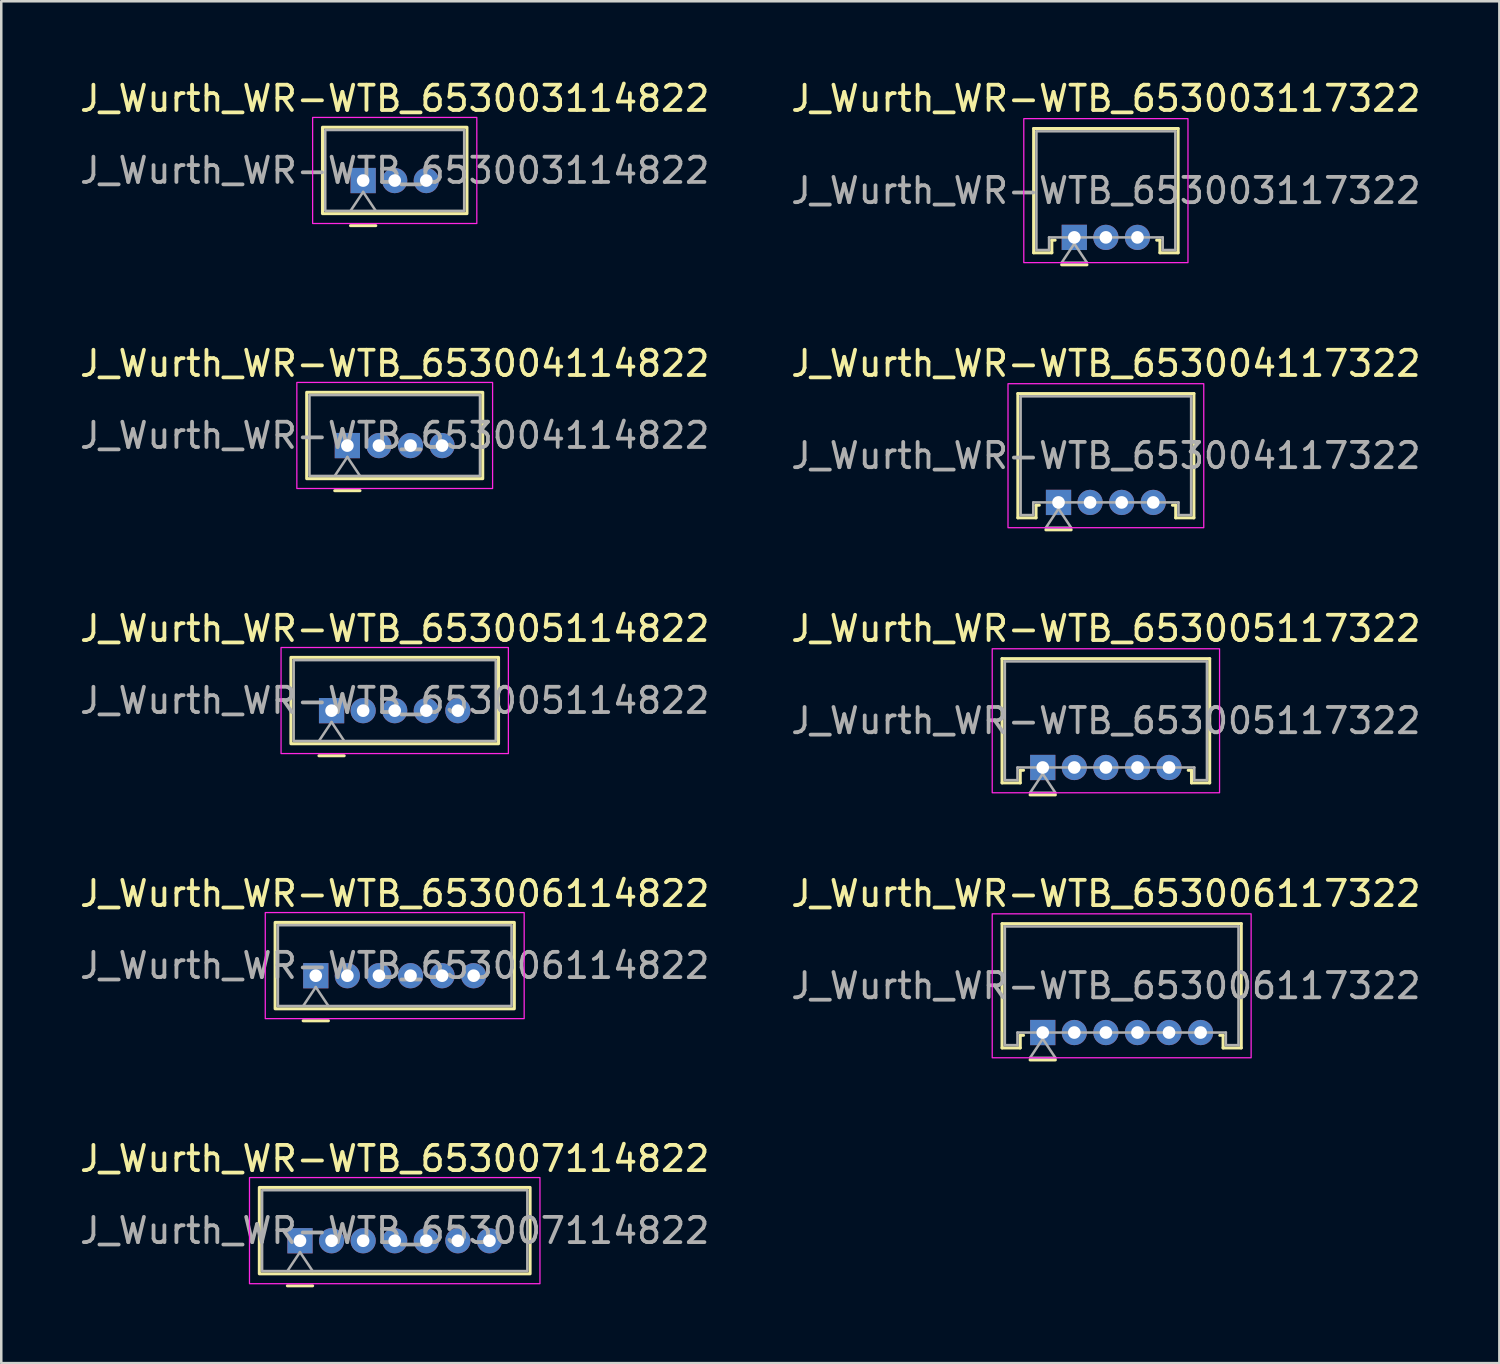
<source format=kicad_pcb>
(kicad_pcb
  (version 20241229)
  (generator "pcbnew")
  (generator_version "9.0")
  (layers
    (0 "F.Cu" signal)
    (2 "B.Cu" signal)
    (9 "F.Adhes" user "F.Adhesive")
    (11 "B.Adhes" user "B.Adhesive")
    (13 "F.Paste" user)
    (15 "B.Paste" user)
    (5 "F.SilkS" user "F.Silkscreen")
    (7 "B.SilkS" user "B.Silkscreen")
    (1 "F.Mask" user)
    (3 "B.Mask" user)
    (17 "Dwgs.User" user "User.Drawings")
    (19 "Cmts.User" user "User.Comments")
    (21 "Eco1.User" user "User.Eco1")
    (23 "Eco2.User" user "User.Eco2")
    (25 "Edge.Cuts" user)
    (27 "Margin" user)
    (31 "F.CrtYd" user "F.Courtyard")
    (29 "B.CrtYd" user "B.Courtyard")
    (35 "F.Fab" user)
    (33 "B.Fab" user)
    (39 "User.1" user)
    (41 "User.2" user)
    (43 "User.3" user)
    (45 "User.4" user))
  (footprint "J_Wurth_WR-WTB_653003117322"
    (layer "F.Cu")
    (at 39.482 6.348)
    (property "Reference" "J_Wurth_WR-WTB_653003117322" (at 1.25 -5.5 0) (unlocked yes) (layer "F.SilkS") (effects (font (size 1 1) (thickness 0.15))))
    (attr through_hole)
    (fp_line (start -1.61 -4.31) (end 4.11 -4.31) (stroke (width 0.12) (type default)) (layer "F.SilkS"))
    (fp_line (start -1.61 0.61) (end -1.61 -4.31) (stroke (width 0.12) (type default)) (layer "F.SilkS"))
    (fp_line (start -1.61 0.61) (end -0.89 0.61) (stroke (width 0.12) (type solid)) (layer "F.SilkS"))
    (fp_line (start -0.89 0.61) (end -0.89 0.11) (stroke (width 0.12) (type solid)) (layer "F.SilkS"))
    (fp_line (start -0.76 0.11) (end -0.89 0.11) (stroke (width 0.12) (type solid)) (layer "F.SilkS"))
    (fp_line (start -0.5 1.085) (end 0.5 1.085) (stroke (width 0.12) (type solid)) (layer "F.SilkS"))
    (fp_line (start 3.39 0.11) (end 3.26 0.11) (stroke (width 0.12) (type solid)) (layer "F.SilkS"))
    (fp_line (start 3.39 0.61) (end 3.39 0.11) (stroke (width 0.12) (type solid)) (layer "F.SilkS"))
    (fp_line (start 4.11 -4.31) (end 4.11 0.61) (stroke (width 0.12) (type default)) (layer "F.SilkS"))
    (fp_line (start 4.11 0.61) (end 3.39 0.61) (stroke (width 0.12) (type solid)) (layer "F.SilkS"))
    (fp_rect (start -2 -4.7) (end 4.5 1) (stroke (width 0.05) (type solid)) (fill no) (layer "F.CrtYd"))
    (fp_line (start -1.5 -4.2) (end 4 -4.2) (stroke (width 0.1) (type default)) (layer "F.Fab"))
    (fp_line (start -1.5 0.5) (end -1.5 -4.2) (stroke (width 0.1) (type default)) (layer "F.Fab"))
    (fp_line (start -1.5 0.5) (end -1 0.5) (stroke (width 0.1) (type solid)) (layer "F.Fab"))
    (fp_line (start -1 0.5) (end -1 0) (stroke (width 0.1) (type solid)) (layer "F.Fab"))
    (fp_line (start 0 0.25) (end -0.5 1) (stroke (width 0.1) (type solid)) (layer "F.Fab"))
    (fp_line (start 0 0.25) (end 0.5 1) (stroke (width 0.1) (type solid)) (layer "F.Fab"))
    (fp_line (start 0.5 1) (end -0.5 1) (stroke (width 0.1) (type default)) (layer "F.Fab"))
    (fp_line (start 3.5 0) (end -1 0) (stroke (width 0.1) (type default)) (layer "F.Fab"))
    (fp_line (start 3.5 0.5) (end 3.5 0) (stroke (width 0.1) (type solid)) (layer "F.Fab"))
    (fp_line (start 4 -4.2) (end 4 0.5) (stroke (width 0.1) (type default)) (layer "F.Fab"))
    (fp_line (start 4 0.5) (end 3.5 0.5) (stroke (width 0.1) (type solid)) (layer "F.Fab"))
    (fp_text user "${REFERENCE}" (at 1.25 -1.85 0) (unlocked yes) (layer "F.Fab") (effects (font (size 1 1) (thickness 0.15))))
    (pad "1" thru_hole rect (at 0 0 180) (size 1 1) (drill 0.5) (layers "*.Cu" "*.Mask"))
    (pad "2" thru_hole circle (at 1.25 0 180) (size 1 1) (drill 0.5) (layers "*.Cu" "*.Mask"))
    (pad "3" thru_hole circle (at 2.5 0 180) (size 1 1) (drill 0.5) (layers "*.Cu" "*.Mask")))
  (footprint "J_Wurth_WR-WTB_653004114822"
    (layer "F.Cu")
    (at 10.702 14.591)
    (property "Reference" "J_Wurth_WR-WTB_653004114822" (at 1.875 -3.25 0) (unlocked yes) (layer "F.SilkS") (effects (font (size 1 1) (thickness 0.15))))
    (attr through_hole)
    (fp_line (start -0.5 1.785) (end 0.5 1.785) (stroke (width 0.12) (type solid)) (layer "F.SilkS"))
    (fp_rect (start -1.61 -2.11) (end 5.36 1.31) (stroke (width 0.12) (type solid)) (fill no) (layer "F.SilkS"))
    (fp_rect (start -2 -2.5) (end 5.75 1.7) (stroke (width 0.05) (type solid)) (fill no) (layer "F.CrtYd"))
    (fp_line (start 0 0.45) (end -0.5 1.2) (stroke (width 0.1) (type solid)) (layer "F.Fab"))
    (fp_line (start 0 0.45) (end 0.5 1.2) (stroke (width 0.1) (type solid)) (layer "F.Fab"))
    (fp_rect (start -1.5 -2) (end 5.25 1.2) (stroke (width 0.1) (type solid)) (fill no) (layer "F.Fab"))
    (fp_text user "${REFERENCE}" (at 1.875 -0.4 0) (unlocked yes) (layer "F.Fab") (effects (font (size 1 1) (thickness 0.15))))
    (pad "1" thru_hole rect (at 0 0 180) (size 1 1) (drill 0.5) (layers "*.Cu" "*.Mask"))
    (pad "2" thru_hole circle (at 1.25 0 180) (size 1 1) (drill 0.5) (layers "*.Cu" "*.Mask"))
    (pad "3" thru_hole circle (at 2.5 0 180) (size 1 1) (drill 0.5) (layers "*.Cu" "*.Mask"))
    (pad "4" thru_hole circle (at 3.75 0 180) (size 1 1) (drill 0.5) (layers "*.Cu" "*.Mask")))
  (footprint "J_Wurth_WR-WTB_653004117322"
    (layer "F.Cu")
    (at 38.857 16.841)
    (property "Reference" "J_Wurth_WR-WTB_653004117322" (at 1.875 -5.5 0) (unlocked yes) (layer "F.SilkS") (effects (font (size 1 1) (thickness 0.15))))
    (attr through_hole)
    (fp_line (start -1.61 -4.31) (end 5.36 -4.31) (stroke (width 0.12) (type default)) (layer "F.SilkS"))
    (fp_line (start -1.61 0.61) (end -1.61 -4.31) (stroke (width 0.12) (type default)) (layer "F.SilkS"))
    (fp_line (start -1.61 0.61) (end -0.89 0.61) (stroke (width 0.12) (type solid)) (layer "F.SilkS"))
    (fp_line (start -0.89 0.61) (end -0.89 0.11) (stroke (width 0.12) (type solid)) (layer "F.SilkS"))
    (fp_line (start -0.76 0.11) (end -0.89 0.11) (stroke (width 0.12) (type solid)) (layer "F.SilkS"))
    (fp_line (start -0.5 1.085) (end 0.5 1.085) (stroke (width 0.12) (type solid)) (layer "F.SilkS"))
    (fp_line (start 4.64 0.11) (end 4.51 0.11) (stroke (width 0.12) (type solid)) (layer "F.SilkS"))
    (fp_line (start 4.64 0.61) (end 4.64 0.11) (stroke (width 0.12) (type solid)) (layer "F.SilkS"))
    (fp_line (start 5.36 -4.31) (end 5.36 0.61) (stroke (width 0.12) (type default)) (layer "F.SilkS"))
    (fp_line (start 5.36 0.61) (end 4.64 0.61) (stroke (width 0.12) (type solid)) (layer "F.SilkS"))
    (fp_rect (start -2 -4.7) (end 5.75 1) (stroke (width 0.05) (type solid)) (fill no) (layer "F.CrtYd"))
    (fp_line (start -1.5 -4.2) (end 5.25 -4.2) (stroke (width 0.1) (type default)) (layer "F.Fab"))
    (fp_line (start -1.5 0.5) (end -1.5 -4.2) (stroke (width 0.1) (type default)) (layer "F.Fab"))
    (fp_line (start -1.5 0.5) (end -1 0.5) (stroke (width 0.1) (type solid)) (layer "F.Fab"))
    (fp_line (start -1 0.5) (end -1 0) (stroke (width 0.1) (type solid)) (layer "F.Fab"))
    (fp_line (start 0 0.25) (end -0.5 1) (stroke (width 0.1) (type solid)) (layer "F.Fab"))
    (fp_line (start 0 0.25) (end 0.5 1) (stroke (width 0.1) (type solid)) (layer "F.Fab"))
    (fp_line (start 0.5 1) (end -0.5 1) (stroke (width 0.1) (type default)) (layer "F.Fab"))
    (fp_line (start 4.75 0) (end -1 0) (stroke (width 0.1) (type default)) (layer "F.Fab"))
    (fp_line (start 4.75 0.5) (end 4.75 0) (stroke (width 0.1) (type solid)) (layer "F.Fab"))
    (fp_line (start 5.25 -4.2) (end 5.25 0.5) (stroke (width 0.1) (type default)) (layer "F.Fab"))
    (fp_line (start 5.25 0.5) (end 4.75 0.5) (stroke (width 0.1) (type solid)) (layer "F.Fab"))
    (fp_text user "${REFERENCE}" (at 1.875 -1.85 0) (unlocked yes) (layer "F.Fab") (effects (font (size 1 1) (thickness 0.15))))
    (pad "1" thru_hole rect (at 0 0 180) (size 1 1) (drill 0.5) (layers "*.Cu" "*.Mask"))
    (pad "2" thru_hole circle (at 1.25 0 180) (size 1 1) (drill 0.5) (layers "*.Cu" "*.Mask"))
    (pad "3" thru_hole circle (at 2.5 0 180) (size 1 1) (drill 0.5) (layers "*.Cu" "*.Mask"))
    (pad "4" thru_hole circle (at 3.75 0 180) (size 1 1) (drill 0.5) (layers "*.Cu" "*.Mask")))
  (footprint "J_Wurth_WR-WTB_653005117322"
    (layer "F.Cu")
    (at 38.232 27.335)
    (property "Reference" "J_Wurth_WR-WTB_653005117322" (at 2.5 -5.5 0) (unlocked yes) (layer "F.SilkS") (effects (font (size 1 1) (thickness 0.15))))
    (attr through_hole)
    (fp_line (start -1.61 -4.31) (end 6.61 -4.31) (stroke (width 0.12) (type default)) (layer "F.SilkS"))
    (fp_line (start -1.61 0.61) (end -1.61 -4.31) (stroke (width 0.12) (type default)) (layer "F.SilkS"))
    (fp_line (start -1.61 0.61) (end -0.89 0.61) (stroke (width 0.12) (type solid)) (layer "F.SilkS"))
    (fp_line (start -0.89 0.61) (end -0.89 0.11) (stroke (width 0.12) (type solid)) (layer "F.SilkS"))
    (fp_line (start -0.76 0.11) (end -0.89 0.11) (stroke (width 0.12) (type solid)) (layer "F.SilkS"))
    (fp_line (start -0.5 1.085) (end 0.5 1.085) (stroke (width 0.12) (type solid)) (layer "F.SilkS"))
    (fp_line (start 5.89 0.11) (end 5.76 0.11) (stroke (width 0.12) (type solid)) (layer "F.SilkS"))
    (fp_line (start 5.89 0.61) (end 5.89 0.11) (stroke (width 0.12) (type solid)) (layer "F.SilkS"))
    (fp_line (start 6.61 -4.31) (end 6.61 0.61) (stroke (width 0.12) (type default)) (layer "F.SilkS"))
    (fp_line (start 6.61 0.61) (end 5.89 0.61) (stroke (width 0.12) (type solid)) (layer "F.SilkS"))
    (fp_rect (start -2 -4.7) (end 7 1) (stroke (width 0.05) (type solid)) (fill no) (layer "F.CrtYd"))
    (fp_line (start -1.5 -4.2) (end 6.5 -4.2) (stroke (width 0.1) (type default)) (layer "F.Fab"))
    (fp_line (start -1.5 0.5) (end -1.5 -4.2) (stroke (width 0.1) (type default)) (layer "F.Fab"))
    (fp_line (start -1.5 0.5) (end -1 0.5) (stroke (width 0.1) (type solid)) (layer "F.Fab"))
    (fp_line (start -1 0.5) (end -1 0) (stroke (width 0.1) (type solid)) (layer "F.Fab"))
    (fp_line (start 0 0.25) (end -0.5 1) (stroke (width 0.1) (type solid)) (layer "F.Fab"))
    (fp_line (start 0 0.25) (end 0.5 1) (stroke (width 0.1) (type solid)) (layer "F.Fab"))
    (fp_line (start 0.5 1) (end -0.5 1) (stroke (width 0.1) (type default)) (layer "F.Fab"))
    (fp_line (start 6 0) (end -1 0) (stroke (width 0.1) (type default)) (layer "F.Fab"))
    (fp_line (start 6 0.5) (end 6 0) (stroke (width 0.1) (type solid)) (layer "F.Fab"))
    (fp_line (start 6.5 -4.2) (end 6.5 0.5) (stroke (width 0.1) (type default)) (layer "F.Fab"))
    (fp_line (start 6.5 0.5) (end 6 0.5) (stroke (width 0.1) (type solid)) (layer "F.Fab"))
    (fp_text user "${REFERENCE}" (at 2.5 -1.85 0) (unlocked yes) (layer "F.Fab") (effects (font (size 1 1) (thickness 0.15))))
    (pad "1" thru_hole rect (at 0 0 180) (size 1 1) (drill 0.5) (layers "*.Cu" "*.Mask"))
    (pad "2" thru_hole circle (at 1.25 0 180) (size 1 1) (drill 0.5) (layers "*.Cu" "*.Mask"))
    (pad "3" thru_hole circle (at 2.5 0 180) (size 1 1) (drill 0.5) (layers "*.Cu" "*.Mask"))
    (pad "4" thru_hole circle (at 3.75 0 180) (size 1 1) (drill 0.5) (layers "*.Cu" "*.Mask"))
    (pad "5" thru_hole circle (at 5 0 180) (size 1 1) (drill 0.5) (layers "*.Cu" "*.Mask")))
  (footprint "J_Wurth_WR-WTB_653003114822"
    (layer "F.Cu")
    (at 11.327 4.098)
    (property "Reference" "J_Wurth_WR-WTB_653003114822" (at 1.25 -3.25 0) (unlocked yes) (layer "F.SilkS") (effects (font (size 1 1) (thickness 0.15))))
    (attr through_hole)
    (fp_line (start -0.5 1.785) (end 0.5 1.785) (stroke (width 0.12) (type solid)) (layer "F.SilkS"))
    (fp_rect (start -1.61 -2.11) (end 4.11 1.31) (stroke (width 0.12) (type solid)) (fill no) (layer "F.SilkS"))
    (fp_rect (start -2 -2.5) (end 4.5 1.7) (stroke (width 0.05) (type solid)) (fill no) (layer "F.CrtYd"))
    (fp_line (start 0 0.45) (end -0.5 1.2) (stroke (width 0.1) (type solid)) (layer "F.Fab"))
    (fp_line (start 0 0.45) (end 0.5 1.2) (stroke (width 0.1) (type solid)) (layer "F.Fab"))
    (fp_rect (start -1.5 -2) (end 4 1.2) (stroke (width 0.1) (type solid)) (fill no) (layer "F.Fab"))
    (fp_text user "${REFERENCE}" (at 1.25 -0.4 0) (unlocked yes) (layer "F.Fab") (effects (font (size 1 1) (thickness 0.15))))
    (pad "1" thru_hole rect (at 0 0 180) (size 1 1) (drill 0.5) (layers "*.Cu" "*.Mask"))
    (pad "2" thru_hole circle (at 1.25 0 180) (size 1 1) (drill 0.5) (layers "*.Cu" "*.Mask"))
    (pad "3" thru_hole circle (at 2.5 0 180) (size 1 1) (drill 0.5) (layers "*.Cu" "*.Mask")))
  (footprint "J_Wurth_WR-WTB_653006114822"
    (layer "F.Cu")
    (at 9.452 35.578)
    (property "Reference" "J_Wurth_WR-WTB_653006114822" (at 3.125 -3.25 0) (unlocked yes) (layer "F.SilkS") (effects (font (size 1 1) (thickness 0.15))))
    (attr through_hole)
    (fp_line (start -0.5 1.785) (end 0.5 1.785) (stroke (width 0.12) (type solid)) (layer "F.SilkS"))
    (fp_rect (start -1.61 -2.11) (end 7.86 1.31) (stroke (width 0.12) (type solid)) (fill no) (layer "F.SilkS"))
    (fp_rect (start -2 -2.5) (end 8.25 1.7) (stroke (width 0.05) (type solid)) (fill no) (layer "F.CrtYd"))
    (fp_line (start 0 0.45) (end -0.5 1.2) (stroke (width 0.1) (type solid)) (layer "F.Fab"))
    (fp_line (start 0 0.45) (end 0.5 1.2) (stroke (width 0.1) (type solid)) (layer "F.Fab"))
    (fp_rect (start -1.5 -2) (end 7.75 1.2) (stroke (width 0.1) (type solid)) (fill no) (layer "F.Fab"))
    (fp_text user "${REFERENCE}" (at 3.125 -0.4 0) (unlocked yes) (layer "F.Fab") (effects (font (size 1 1) (thickness 0.15))))
    (pad "1" thru_hole rect (at 0 0 180) (size 1 1) (drill 0.5) (layers "*.Cu" "*.Mask"))
    (pad "2" thru_hole circle (at 1.25 0 180) (size 1 1) (drill 0.5) (layers "*.Cu" "*.Mask"))
    (pad "3" thru_hole circle (at 2.5 0 180) (size 1 1) (drill 0.5) (layers "*.Cu" "*.Mask"))
    (pad "4" thru_hole circle (at 3.75 0 180) (size 1 1) (drill 0.5) (layers "*.Cu" "*.Mask"))
    (pad "5" thru_hole circle (at 5 0 180) (size 1 1) (drill 0.5) (layers "*.Cu" "*.Mask"))
    (pad "6" thru_hole circle (at 6.25 0 180) (size 1 1) (drill 0.5) (layers "*.Cu" "*.Mask")))
  (footprint "J_Wurth_WR-WTB_653007114822"
    (layer "F.Cu")
    (at 8.827 46.071)
    (property "Reference" "J_Wurth_WR-WTB_653007114822" (at 3.75 -3.25 0) (unlocked yes) (layer "F.SilkS") (effects (font (size 1 1) (thickness 0.15))))
    (attr through_hole)
    (fp_line (start -0.5 1.785) (end 0.5 1.785) (stroke (width 0.12) (type solid)) (layer "F.SilkS"))
    (fp_rect (start -1.61 -2.11) (end 9.11 1.31) (stroke (width 0.12) (type solid)) (fill no) (layer "F.SilkS"))
    (fp_rect (start -2 -2.5) (end 9.5 1.7) (stroke (width 0.05) (type solid)) (fill no) (layer "F.CrtYd"))
    (fp_line (start 0 0.45) (end -0.5 1.2) (stroke (width 0.1) (type solid)) (layer "F.Fab"))
    (fp_line (start 0 0.45) (end 0.5 1.2) (stroke (width 0.1) (type solid)) (layer "F.Fab"))
    (fp_rect (start -1.5 -2) (end 9 1.2) (stroke (width 0.1) (type solid)) (fill no) (layer "F.Fab"))
    (fp_text user "${REFERENCE}" (at 3.75 -0.4 0) (unlocked yes) (layer "F.Fab") (effects (font (size 1 1) (thickness 0.15))))
    (pad "1" thru_hole rect (at 0 0 180) (size 1 1) (drill 0.5) (layers "*.Cu" "*.Mask"))
    (pad "2" thru_hole circle (at 1.25 0 180) (size 1 1) (drill 0.5) (layers "*.Cu" "*.Mask"))
    (pad "3" thru_hole circle (at 2.5 0 180) (size 1 1) (drill 0.5) (layers "*.Cu" "*.Mask"))
    (pad "4" thru_hole circle (at 3.75 0 180) (size 1 1) (drill 0.5) (layers "*.Cu" "*.Mask"))
    (pad "5" thru_hole circle (at 5 0 180) (size 1 1) (drill 0.5) (layers "*.Cu" "*.Mask"))
    (pad "6" thru_hole circle (at 6.25 0 180) (size 1 1) (drill 0.5) (layers "*.Cu" "*.Mask"))
    (pad "7" thru_hole circle (at 7.5 0 180) (size 1 1) (drill 0.5) (layers "*.Cu" "*.Mask")))
  (footprint "J_Wurth_WR-WTB_653005114822"
    (layer "F.Cu")
    (at 10.077 25.085)
    (property "Reference" "J_Wurth_WR-WTB_653005114822" (at 2.5 -3.25 0) (unlocked yes) (layer "F.SilkS") (effects (font (size 1 1) (thickness 0.15))))
    (attr through_hole)
    (fp_line (start -0.5 1.785) (end 0.5 1.785) (stroke (width 0.12) (type solid)) (layer "F.SilkS"))
    (fp_rect (start -1.61 -2.11) (end 6.61 1.31) (stroke (width 0.12) (type solid)) (fill no) (layer "F.SilkS"))
    (fp_rect (start -2 -2.5) (end 7 1.7) (stroke (width 0.05) (type solid)) (fill no) (layer "F.CrtYd"))
    (fp_line (start 0 0.45) (end -0.5 1.2) (stroke (width 0.1) (type solid)) (layer "F.Fab"))
    (fp_line (start 0 0.45) (end 0.5 1.2) (stroke (width 0.1) (type solid)) (layer "F.Fab"))
    (fp_rect (start -1.5 -2) (end 6.5 1.2) (stroke (width 0.1) (type solid)) (fill no) (layer "F.Fab"))
    (fp_text user "${REFERENCE}" (at 2.5 -0.4 0) (unlocked yes) (layer "F.Fab") (effects (font (size 1 1) (thickness 0.15))))
    (pad "1" thru_hole rect (at 0 0 180) (size 1 1) (drill 0.5) (layers "*.Cu" "*.Mask"))
    (pad "2" thru_hole circle (at 1.25 0 180) (size 1 1) (drill 0.5) (layers "*.Cu" "*.Mask"))
    (pad "3" thru_hole circle (at 2.5 0 180) (size 1 1) (drill 0.5) (layers "*.Cu" "*.Mask"))
    (pad "4" thru_hole circle (at 3.75 0 180) (size 1 1) (drill 0.5) (layers "*.Cu" "*.Mask"))
    (pad "5" thru_hole circle (at 5 0 180) (size 1 1) (drill 0.5) (layers "*.Cu" "*.Mask")))
  (footprint "J_Wurth_WR-WTB_653006117322"
    (layer "F.Cu")
    (at 38.232 37.828)
    (property "Reference" "J_Wurth_WR-WTB_653006117322" (at 2.5 -5.5 0) (unlocked yes) (layer "F.SilkS") (effects (font (size 1 1) (thickness 0.15))))
    (attr through_hole)
    (fp_line (start -1.61 -4.31) (end 7.86 -4.31) (stroke (width 0.12) (type default)) (layer "F.SilkS"))
    (fp_line (start -1.61 0.61) (end -1.61 -4.31) (stroke (width 0.12) (type default)) (layer "F.SilkS"))
    (fp_line (start -1.61 0.61) (end -0.89 0.61) (stroke (width 0.12) (type solid)) (layer "F.SilkS"))
    (fp_line (start -0.89 0.61) (end -0.89 0.11) (stroke (width 0.12) (type solid)) (layer "F.SilkS"))
    (fp_line (start -0.76 0.11) (end -0.89 0.11) (stroke (width 0.12) (type solid)) (layer "F.SilkS"))
    (fp_line (start -0.5 1.085) (end 0.5 1.085) (stroke (width 0.12) (type solid)) (layer "F.SilkS"))
    (fp_line (start 7.14 0.11) (end 7.01 0.11) (stroke (width 0.12) (type solid)) (layer "F.SilkS"))
    (fp_line (start 7.14 0.61) (end 7.14 0.11) (stroke (width 0.12) (type solid)) (layer "F.SilkS"))
    (fp_line (start 7.86 -4.31) (end 7.86 0.61) (stroke (width 0.12) (type default)) (layer "F.SilkS"))
    (fp_line (start 7.86 0.61) (end 7.14 0.61) (stroke (width 0.12) (type solid)) (layer "F.SilkS"))
    (fp_rect (start -2 -4.7) (end 8.25 1) (stroke (width 0.05) (type solid)) (fill no) (layer "F.CrtYd"))
    (fp_line (start -1.5 -4.2) (end 7.75 -4.2) (stroke (width 0.1) (type default)) (layer "F.Fab"))
    (fp_line (start -1.5 0.5) (end -1.5 -4.2) (stroke (width 0.1) (type default)) (layer "F.Fab"))
    (fp_line (start -1.5 0.5) (end -1 0.5) (stroke (width 0.1) (type solid)) (layer "F.Fab"))
    (fp_line (start -1 0.5) (end -1 0) (stroke (width 0.1) (type solid)) (layer "F.Fab"))
    (fp_line (start 0 0.25) (end -0.5 1) (stroke (width 0.1) (type solid)) (layer "F.Fab"))
    (fp_line (start 0 0.25) (end 0.5 1) (stroke (width 0.1) (type solid)) (layer "F.Fab"))
    (fp_line (start 0.5 1) (end -0.5 1) (stroke (width 0.1) (type default)) (layer "F.Fab"))
    (fp_line (start 7.25 0) (end -1 0) (stroke (width 0.1) (type default)) (layer "F.Fab"))
    (fp_line (start 7.25 0.5) (end 7.25 0) (stroke (width 0.1) (type solid)) (layer "F.Fab"))
    (fp_line (start 7.75 -4.2) (end 7.75 0.5) (stroke (width 0.1) (type default)) (layer "F.Fab"))
    (fp_line (start 7.75 0.5) (end 7.25 0.5) (stroke (width 0.1) (type solid)) (layer "F.Fab"))
    (fp_text user "${REFERENCE}" (at 2.5 -1.85 0) (unlocked yes) (layer "F.Fab") (effects (font (size 1 1) (thickness 0.15))))
    (pad "1" thru_hole rect (at 0 0 180) (size 1 1) (drill 0.5) (layers "*.Cu" "*.Mask"))
    (pad "2" thru_hole circle (at 1.25 0 180) (size 1 1) (drill 0.5) (layers "*.Cu" "*.Mask"))
    (pad "3" thru_hole circle (at 2.5 0 180) (size 1 1) (drill 0.5) (layers "*.Cu" "*.Mask"))
    (pad "4" thru_hole circle (at 3.75 0 180) (size 1 1) (drill 0.5) (layers "*.Cu" "*.Mask"))
    (pad "5" thru_hole circle (at 5 0 180) (size 1 1) (drill 0.5) (layers "*.Cu" "*.Mask"))
    (pad "6" thru_hole circle (at 6.25 0 180) (size 1 1) (drill 0.5) (layers "*.Cu" "*.Mask")))
  (gr_rect
    (start -3 -3)
    (end 56.31 50.916)
    (stroke (width 0.1) (type default))
    (fill no)
    (layer "Edge.Cuts")))
</source>
